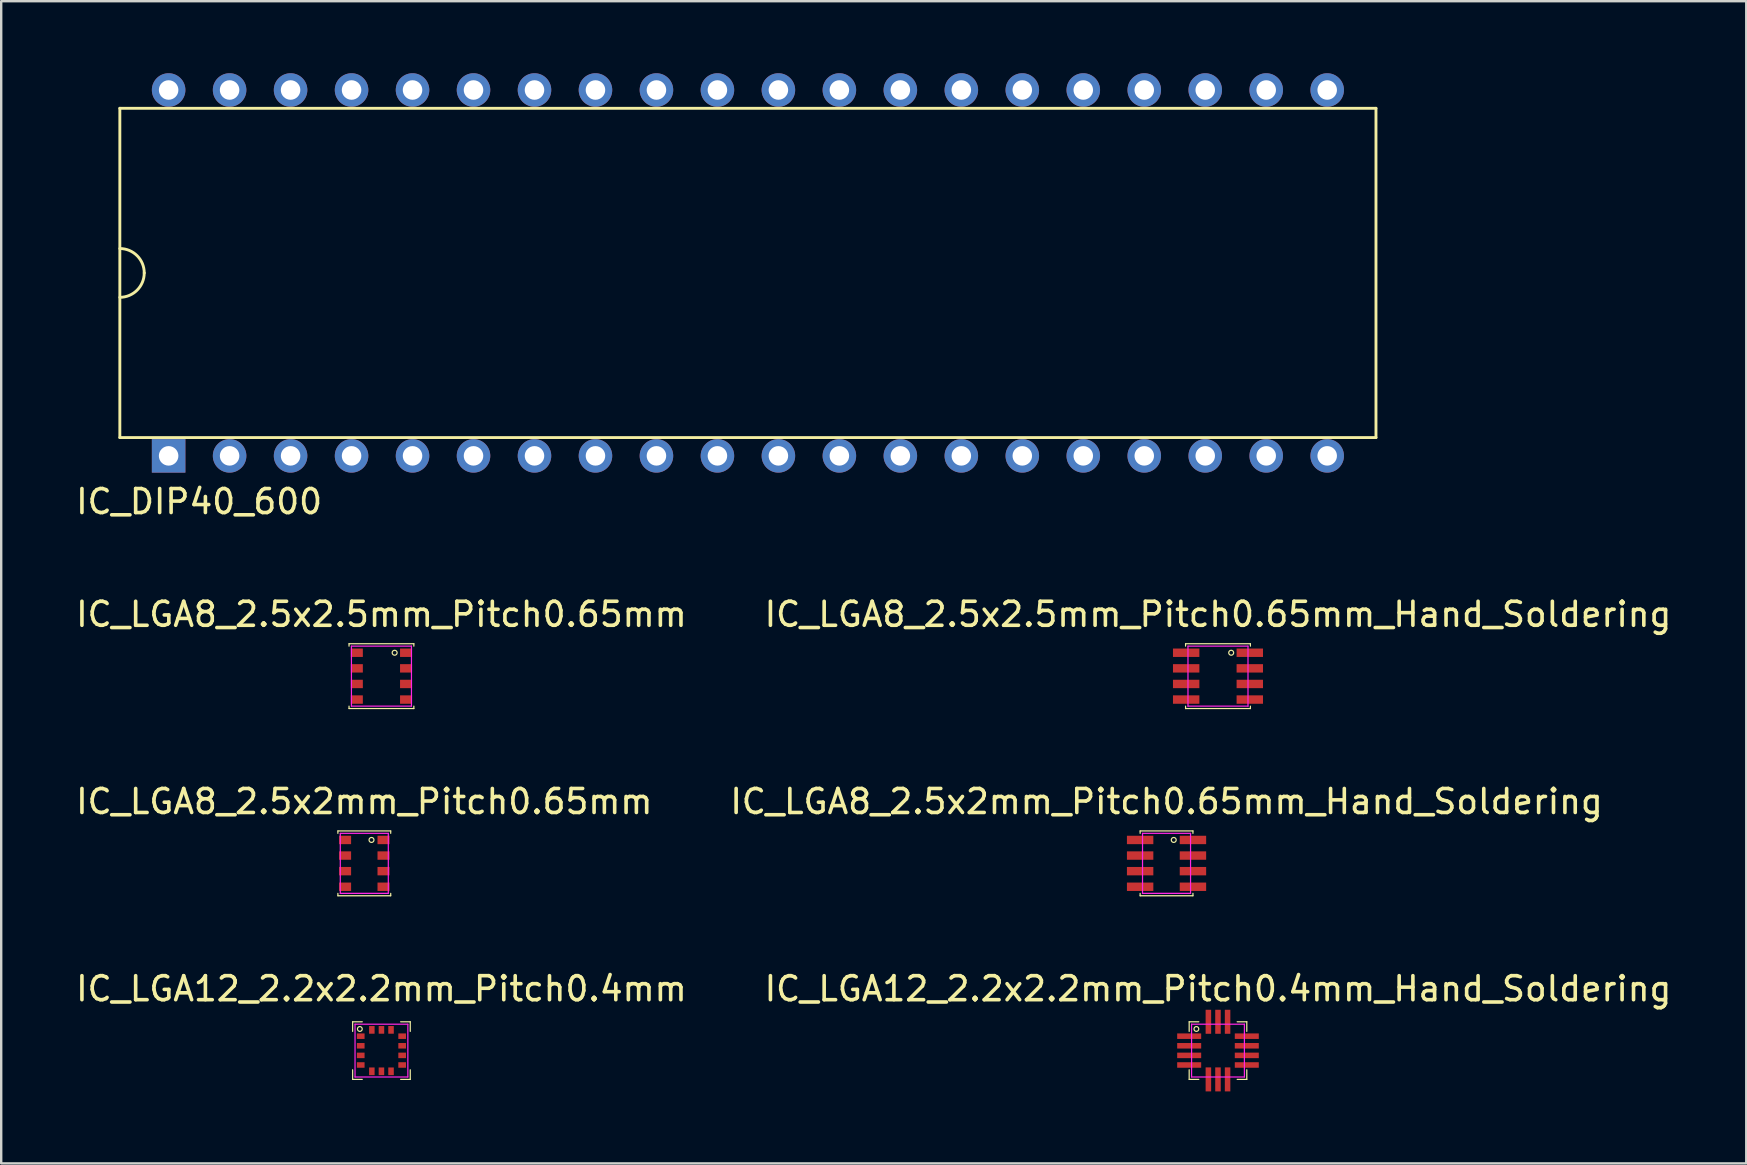
<source format=kicad_pcb>
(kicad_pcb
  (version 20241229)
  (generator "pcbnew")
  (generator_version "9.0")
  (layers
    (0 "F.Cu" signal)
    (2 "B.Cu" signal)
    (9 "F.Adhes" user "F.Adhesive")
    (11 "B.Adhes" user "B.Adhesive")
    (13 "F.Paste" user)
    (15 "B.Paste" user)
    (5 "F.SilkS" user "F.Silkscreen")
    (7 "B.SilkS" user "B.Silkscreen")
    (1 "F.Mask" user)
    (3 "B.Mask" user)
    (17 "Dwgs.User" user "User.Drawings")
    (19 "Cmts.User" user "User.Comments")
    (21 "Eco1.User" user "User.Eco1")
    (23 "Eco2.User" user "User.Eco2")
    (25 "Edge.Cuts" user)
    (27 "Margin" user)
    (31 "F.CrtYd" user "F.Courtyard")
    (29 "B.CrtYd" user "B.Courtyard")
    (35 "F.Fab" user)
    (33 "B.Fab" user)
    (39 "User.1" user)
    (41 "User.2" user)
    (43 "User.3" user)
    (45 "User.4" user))
  (footprint "IC_LGA12_2.2x2.2mm_Pitch0.4mm_Hand_Soldering"
    (layer "F.Cu")
    (at 47.685 40.712)
    (property "Reference" "IC_LGA12_2.2x2.2mm_Pitch0.4mm_Hand_Soldering" (at 0 -2.575 0) (layer "F.SilkS") (effects (font (size 1 1) (thickness 0.15))))
    (attr smd)
    (fp_line (start -1.2 -1.2) (end -0.8 -1.2) (stroke (width 0.05) (type solid)) (layer "F.SilkS"))
    (fp_line (start -1.2 -0.8) (end -1.2 -1.2) (stroke (width 0.05) (type solid)) (layer "F.SilkS"))
    (fp_line (start -1.2 0.8) (end -1.2 1.2) (stroke (width 0.05) (type solid)) (layer "F.SilkS"))
    (fp_line (start -1.2 1.2) (end -0.8 1.2) (stroke (width 0.05) (type solid)) (layer "F.SilkS"))
    (fp_line (start 0.8 -1.2) (end 1.2 -1.2) (stroke (width 0.05) (type solid)) (layer "F.SilkS"))
    (fp_line (start 0.8 1.2) (end 1.2 1.2) (stroke (width 0.05) (type solid)) (layer "F.SilkS"))
    (fp_line (start 1.2 -1.2) (end 1.2 -0.8) (stroke (width 0.05) (type solid)) (layer "F.SilkS"))
    (fp_line (start 1.2 1.2) (end 1.2 0.8) (stroke (width 0.05) (type solid)) (layer "F.SilkS"))
    (fp_circle (center -0.9 -0.9) (end -1 -0.9) (stroke (width 0.05) (type solid)) (fill no) (layer "F.SilkS"))
    (fp_line (start -1.1 -1.1) (end 1.1 -1.1) (stroke (width 0.05) (type solid)) (layer "F.CrtYd"))
    (fp_line (start -1.1 1.1) (end -1.1 -1.1) (stroke (width 0.05) (type solid)) (layer "F.CrtYd"))
    (fp_line (start 1.1 -1.1) (end 1.1 1.1) (stroke (width 0.05) (type solid)) (layer "F.CrtYd"))
    (fp_line (start 1.1 1.1) (end -1.1 1.1) (stroke (width 0.05) (type solid)) (layer "F.CrtYd"))
    (pad "1" smd rect (at -1.2 -0.6) (size 1 0.23) (layers "F.Cu" "F.Mask" "F.Paste"))
    (pad "2" smd rect (at -1.2 -0.2) (size 1 0.23) (layers "F.Cu" "F.Mask" "F.Paste"))
    (pad "3" smd rect (at -1.2 0.2) (size 1 0.23) (layers "F.Cu" "F.Mask" "F.Paste"))
    (pad "4" smd rect (at -1.2 0.6) (size 1 0.23) (layers "F.Cu" "F.Mask" "F.Paste"))
    (pad "5" smd rect (at -0.4 1.2) (size 0.23 1) (layers "F.Cu" "F.Mask" "F.Paste"))
    (pad "6" smd rect (at 0 1.2) (size 0.23 1) (layers "F.Cu" "F.Mask" "F.Paste"))
    (pad "7" smd rect (at 0.4 1.2) (size 0.23 1) (layers "F.Cu" "F.Mask" "F.Paste"))
    (pad "8" smd rect (at 1.2 0.6) (size 1 0.23) (layers "F.Cu" "F.Mask" "F.Paste"))
    (pad "9" smd rect (at 1.2 0.2) (size 1 0.23) (layers "F.Cu" "F.Mask" "F.Paste"))
    (pad "10" smd rect (at 1.2 -0.2) (size 1 0.23) (layers "F.Cu" "F.Mask" "F.Paste"))
    (pad "11" smd rect (at 1.2 -0.6) (size 1 0.23) (layers "F.Cu" "F.Mask" "F.Paste"))
    (pad "12" smd rect (at 0.4 -1.2) (size 0.23 1) (layers "F.Cu" "F.Mask" "F.Paste"))
    (pad "13" smd rect (at 0 -1.2) (size 0.23 1) (layers "F.Cu" "F.Mask" "F.Paste"))
    (pad "14" smd rect (at -0.4 -1.2) (size 0.23 1) (layers "F.Cu" "F.Mask" "F.Paste")))
  (footprint "IC_LGA8_2.5x2.5mm_Pitch0.65mm_Hand_Soldering"
    (layer "F.Cu")
    (at 47.685 25.115)
    (property "Reference" "IC_LGA8_2.5x2.5mm_Pitch0.65mm_Hand_Soldering" (at 0 -2.575 0) (layer "F.SilkS") (effects (font (size 1 1) (thickness 0.15))))
    (attr smd)
    (fp_line (start -1.35 -1.35) (end -1.35 -1.25) (stroke (width 0.05) (type solid)) (layer "F.SilkS"))
    (fp_line (start -1.35 -1.35) (end 1.35 -1.35) (stroke (width 0.05) (type solid)) (layer "F.SilkS"))
    (fp_line (start -1.35 1.25) (end -1.35 1.35) (stroke (width 0.05) (type solid)) (layer "F.SilkS"))
    (fp_line (start -1.35 1.35) (end 1.35 1.35) (stroke (width 0.05) (type solid)) (layer "F.SilkS"))
    (fp_line (start 1.35 -1.25) (end 1.35 -1.35) (stroke (width 0.05) (type solid)) (layer "F.SilkS"))
    (fp_line (start 1.35 1.25) (end 1.35 1.35) (stroke (width 0.05) (type solid)) (layer "F.SilkS"))
    (fp_circle (center 0.55 -0.975) (end 0.45 -0.95) (stroke (width 0.05) (type solid)) (fill no) (layer "F.SilkS"))
    (fp_line (start -1.25 -1.25) (end -1.25 1.25) (stroke (width 0.05) (type solid)) (layer "F.CrtYd"))
    (fp_line (start -1.25 1.25) (end 1.25 1.25) (stroke (width 0.05) (type solid)) (layer "F.CrtYd"))
    (fp_line (start 1.25 -1.25) (end -1.25 -1.25) (stroke (width 0.05) (type solid)) (layer "F.CrtYd"))
    (fp_line (start 1.25 1.25) (end 1.25 -1.25) (stroke (width 0.05) (type solid)) (layer "F.CrtYd"))
    (pad "1" smd rect (at 1.325 -0.975) (size 1.1 0.35) (layers "F.Cu" "F.Mask" "F.Paste"))
    (pad "2" smd rect (at 1.325 -0.325) (size 1.1 0.35) (layers "F.Cu" "F.Mask" "F.Paste"))
    (pad "3" smd rect (at 1.325 0.325) (size 1.1 0.35) (layers "F.Cu" "F.Mask" "F.Paste"))
    (pad "4" smd rect (at 1.325 0.975) (size 1.1 0.35) (layers "F.Cu" "F.Mask" "F.Paste"))
    (pad "5" smd rect (at -1.325 0.975) (size 1.1 0.35) (layers "F.Cu" "F.Mask" "F.Paste"))
    (pad "6" smd rect (at -1.325 0.325) (size 1.1 0.35) (layers "F.Cu" "F.Mask" "F.Paste"))
    (pad "7" smd rect (at -1.325 -0.325) (size 1.1 0.35) (layers "F.Cu" "F.Mask" "F.Paste"))
    (pad "8" smd rect (at -1.325 -0.975) (size 1.1 0.35) (layers "F.Cu" "F.Mask" "F.Paste")))
  (footprint "IC_DIP40_600"
    (layer "F.Cu")
    (at 28.104 8.319)
    (property "Reference" "IC_DIP40_600" (at -22.86 9.525 0) (layer "F.SilkS") (effects (font (size 1 1) (thickness 0.15))))
    (attr through_hole)
    (fp_line (start -26.162 -6.858) (end 26.162 -6.858) (stroke (width 0.12) (type solid)) (layer "F.SilkS"))
    (fp_line (start -26.162 6.858) (end -26.162 -6.858) (stroke (width 0.12) (type solid)) (layer "F.SilkS"))
    (fp_line (start 26.162 -6.858) (end 26.162 6.858) (stroke (width 0.12) (type solid)) (layer "F.SilkS"))
    (fp_line (start 26.162 6.858) (end -26.162 6.858) (stroke (width 0.12) (type solid)) (layer "F.SilkS"))
    (fp_arc (start -26.162 -1.016) (mid -25.44358 -0.71842) (end -25.146 0) (stroke (width 0.12) (type solid)) (layer "F.SilkS"))
    (fp_arc (start -25.146 0) (mid -25.44358 0.71842) (end -26.162 1.016) (stroke (width 0.12) (type solid)) (layer "F.SilkS"))
    (pad "1" thru_hole rect (at -24.13 7.62) (size 1.397 1.397) (drill 0.813) (layers "*.Cu" "*.Mask"))
    (pad "2" thru_hole circle (at -21.59 7.62) (size 1.397 1.397) (drill 0.813) (layers "*.Cu" "*.Mask"))
    (pad "3" thru_hole circle (at -19.05 7.62) (size 1.397 1.397) (drill 0.813) (layers "*.Cu" "*.Mask"))
    (pad "4" thru_hole circle (at -16.51 7.62) (size 1.397 1.397) (drill 0.813) (layers "*.Cu" "*.Mask"))
    (pad "5" thru_hole circle (at -13.97 7.62) (size 1.397 1.397) (drill 0.813) (layers "*.Cu" "*.Mask"))
    (pad "6" thru_hole circle (at -11.43 7.62) (size 1.397 1.397) (drill 0.813) (layers "*.Cu" "*.Mask"))
    (pad "7" thru_hole circle (at -8.89 7.62) (size 1.397 1.397) (drill 0.813) (layers "*.Cu" "*.Mask"))
    (pad "8" thru_hole circle (at -6.35 7.62) (size 1.397 1.397) (drill 0.813) (layers "*.Cu" "*.Mask"))
    (pad "9" thru_hole circle (at -3.81 7.62) (size 1.397 1.397) (drill 0.813) (layers "*.Cu" "*.Mask"))
    (pad "10" thru_hole circle (at -1.27 7.62) (size 1.397 1.397) (drill 0.813) (layers "*.Cu" "*.Mask"))
    (pad "11" thru_hole circle (at 1.27 7.62) (size 1.397 1.397) (drill 0.813) (layers "*.Cu" "*.Mask"))
    (pad "12" thru_hole circle (at 3.81 7.62) (size 1.397 1.397) (drill 0.813) (layers "*.Cu" "*.Mask"))
    (pad "13" thru_hole circle (at 6.35 7.62) (size 1.397 1.397) (drill 0.813) (layers "*.Cu" "*.Mask"))
    (pad "14" thru_hole circle (at 8.89 7.62) (size 1.397 1.397) (drill 0.813) (layers "*.Cu" "*.Mask"))
    (pad "15" thru_hole circle (at 11.43 7.62) (size 1.397 1.397) (drill 0.813) (layers "*.Cu" "*.Mask"))
    (pad "16" thru_hole circle (at 13.97 7.62) (size 1.397 1.397) (drill 0.813) (layers "*.Cu" "*.Mask"))
    (pad "17" thru_hole circle (at 16.51 7.62) (size 1.397 1.397) (drill 0.813) (layers "*.Cu" "*.Mask"))
    (pad "18" thru_hole circle (at 19.05 7.62) (size 1.397 1.397) (drill 0.813) (layers "*.Cu" "*.Mask"))
    (pad "19" thru_hole circle (at 21.59 7.62) (size 1.397 1.397) (drill 0.813) (layers "*.Cu" "*.Mask"))
    (pad "20" thru_hole circle (at 24.13 7.62) (size 1.397 1.397) (drill 0.813) (layers "*.Cu" "*.Mask"))
    (pad "21" thru_hole circle (at 24.13 -7.62) (size 1.397 1.397) (drill 0.813) (layers "*.Cu" "*.Mask"))
    (pad "22" thru_hole circle (at 21.59 -7.62) (size 1.397 1.397) (drill 0.813) (layers "*.Cu" "*.Mask"))
    (pad "23" thru_hole circle (at 19.05 -7.62) (size 1.397 1.397) (drill 0.813) (layers "*.Cu" "*.Mask"))
    (pad "24" thru_hole circle (at 16.51 -7.62) (size 1.397 1.397) (drill 0.813) (layers "*.Cu" "*.Mask"))
    (pad "25" thru_hole circle (at 13.97 -7.62) (size 1.397 1.397) (drill 0.813) (layers "*.Cu" "*.Mask"))
    (pad "26" thru_hole circle (at 11.43 -7.62) (size 1.397 1.397) (drill 0.813) (layers "*.Cu" "*.Mask"))
    (pad "27" thru_hole circle (at 8.89 -7.62) (size 1.397 1.397) (drill 0.813) (layers "*.Cu" "*.Mask"))
    (pad "28" thru_hole circle (at 6.35 -7.62) (size 1.397 1.397) (drill 0.813) (layers "*.Cu" "*.Mask"))
    (pad "29" thru_hole circle (at 3.81 -7.62) (size 1.397 1.397) (drill 0.813) (layers "*.Cu" "*.Mask"))
    (pad "30" thru_hole circle (at 1.27 -7.62) (size 1.397 1.397) (drill 0.813) (layers "*.Cu" "*.Mask"))
    (pad "31" thru_hole circle (at -1.27 -7.62) (size 1.397 1.397) (drill 0.813) (layers "*.Cu" "*.Mask"))
    (pad "32" thru_hole circle (at -3.81 -7.62) (size 1.397 1.397) (drill 0.813) (layers "*.Cu" "*.Mask"))
    (pad "33" thru_hole circle (at -6.35 -7.62) (size 1.397 1.397) (drill 0.813) (layers "*.Cu" "*.Mask"))
    (pad "34" thru_hole circle (at -8.89 -7.62) (size 1.397 1.397) (drill 0.813) (layers "*.Cu" "*.Mask"))
    (pad "35" thru_hole circle (at -11.43 -7.62) (size 1.397 1.397) (drill 0.813) (layers "*.Cu" "*.Mask"))
    (pad "36" thru_hole circle (at -13.97 -7.62) (size 1.397 1.397) (drill 0.813) (layers "*.Cu" "*.Mask"))
    (pad "37" thru_hole circle (at -16.51 -7.62) (size 1.397 1.397) (drill 0.813) (layers "*.Cu" "*.Mask"))
    (pad "38" thru_hole circle (at -19.05 -7.62) (size 1.397 1.397) (drill 0.813) (layers "*.Cu" "*.Mask"))
    (pad "39" thru_hole circle (at -21.59 -7.62) (size 1.397 1.397) (drill 0.813) (layers "*.Cu" "*.Mask"))
    (pad "40" thru_hole circle (at -24.13 -7.62) (size 1.397 1.397) (drill 0.813) (layers "*.Cu" "*.Mask")))
  (footprint "IC_LGA8_2.5x2.5mm_Pitch0.65mm"
    (layer "F.Cu")
    (at 12.839 25.115)
    (property "Reference" "IC_LGA8_2.5x2.5mm_Pitch0.65mm" (at 0 -2.575 0) (layer "F.SilkS") (effects (font (size 1 1) (thickness 0.15))))
    (attr smd)
    (fp_line (start -1.35 -1.35) (end -1.35 -1.25) (stroke (width 0.05) (type solid)) (layer "F.SilkS"))
    (fp_line (start -1.35 -1.35) (end 1.35 -1.35) (stroke (width 0.05) (type solid)) (layer "F.SilkS"))
    (fp_line (start -1.35 1.25) (end -1.35 1.35) (stroke (width 0.05) (type solid)) (layer "F.SilkS"))
    (fp_line (start -1.35 1.35) (end 1.35 1.35) (stroke (width 0.05) (type solid)) (layer "F.SilkS"))
    (fp_line (start 1.35 -1.25) (end 1.35 -1.35) (stroke (width 0.05) (type solid)) (layer "F.SilkS"))
    (fp_line (start 1.35 1.25) (end 1.35 1.35) (stroke (width 0.05) (type solid)) (layer "F.SilkS"))
    (fp_circle (center 0.55 -0.975) (end 0.45 -0.95) (stroke (width 0.05) (type solid)) (fill no) (layer "F.SilkS"))
    (fp_line (start -1.25 -1.25) (end -1.25 1.25) (stroke (width 0.05) (type solid)) (layer "F.CrtYd"))
    (fp_line (start -1.25 1.25) (end 1.25 1.25) (stroke (width 0.05) (type solid)) (layer "F.CrtYd"))
    (fp_line (start 1.25 -1.25) (end -1.25 -1.25) (stroke (width 0.05) (type solid)) (layer "F.CrtYd"))
    (fp_line (start 1.25 1.25) (end 1.25 -1.25) (stroke (width 0.05) (type solid)) (layer "F.CrtYd"))
    (pad "1" smd rect (at 1.025 -0.975) (size 0.5 0.35) (layers "F.Cu" "F.Mask" "F.Paste"))
    (pad "2" smd rect (at 1.025 -0.325) (size 0.5 0.35) (layers "F.Cu" "F.Mask" "F.Paste"))
    (pad "3" smd rect (at 1.025 0.325) (size 0.5 0.35) (layers "F.Cu" "F.Mask" "F.Paste"))
    (pad "4" smd rect (at 1.025 0.975) (size 0.5 0.35) (layers "F.Cu" "F.Mask" "F.Paste"))
    (pad "5" smd rect (at -1.025 0.975) (size 0.5 0.35) (layers "F.Cu" "F.Mask" "F.Paste"))
    (pad "6" smd rect (at -1.025 0.325) (size 0.5 0.35) (layers "F.Cu" "F.Mask" "F.Paste"))
    (pad "7" smd rect (at -1.025 -0.325) (size 0.5 0.35) (layers "F.Cu" "F.Mask" "F.Paste"))
    (pad "8" smd rect (at -1.025 -0.975) (size 0.5 0.35) (layers "F.Cu" "F.Mask" "F.Paste")))
  (footprint "IC_LGA8_2.5x2mm_Pitch0.65mm"
    (layer "F.Cu")
    (at 12.125 32.913)
    (property "Reference" "IC_LGA8_2.5x2mm_Pitch0.65mm" (at 0 -2.575 0) (layer "F.SilkS") (effects (font (size 1 1) (thickness 0.15))))
    (attr smd)
    (fp_line (start -1.1 -1.35) (end -1.1 -1.25) (stroke (width 0.05) (type solid)) (layer "F.SilkS"))
    (fp_line (start -1.1 -1.35) (end 1.1 -1.35) (stroke (width 0.05) (type solid)) (layer "F.SilkS"))
    (fp_line (start -1.1 1.25) (end -1.1 1.35) (stroke (width 0.05) (type solid)) (layer "F.SilkS"))
    (fp_line (start -1.1 1.35) (end 1.1 1.35) (stroke (width 0.05) (type solid)) (layer "F.SilkS"))
    (fp_line (start 1.1 -1.25) (end 1.1 -1.35) (stroke (width 0.05) (type solid)) (layer "F.SilkS"))
    (fp_line (start 1.1 1.25) (end 1.1 1.35) (stroke (width 0.05) (type solid)) (layer "F.SilkS"))
    (fp_circle (center 0.3 -0.975) (end 0.2 -0.95) (stroke (width 0.05) (type solid)) (fill no) (layer "F.SilkS"))
    (fp_line (start -1 -1.25) (end -1 1.25) (stroke (width 0.05) (type solid)) (layer "F.CrtYd"))
    (fp_line (start -1 1.25) (end 1 1.25) (stroke (width 0.05) (type solid)) (layer "F.CrtYd"))
    (fp_line (start 1 -1.25) (end -1 -1.25) (stroke (width 0.05) (type solid)) (layer "F.CrtYd"))
    (fp_line (start 1 1.25) (end 1 -1.25) (stroke (width 0.05) (type solid)) (layer "F.CrtYd"))
    (pad "1" smd rect (at 0.8 -0.975) (size 0.5 0.35) (layers "F.Cu" "F.Mask" "F.Paste"))
    (pad "2" smd rect (at 0.8 -0.325) (size 0.5 0.35) (layers "F.Cu" "F.Mask" "F.Paste"))
    (pad "3" smd rect (at 0.8 0.325) (size 0.5 0.35) (layers "F.Cu" "F.Mask" "F.Paste"))
    (pad "4" smd rect (at 0.8 0.975) (size 0.5 0.35) (layers "F.Cu" "F.Mask" "F.Paste"))
    (pad "5" smd rect (at -0.8 0.975) (size 0.5 0.35) (layers "F.Cu" "F.Mask" "F.Paste"))
    (pad "6" smd rect (at -0.8 0.325) (size 0.5 0.35) (layers "F.Cu" "F.Mask" "F.Paste"))
    (pad "7" smd rect (at -0.8 -0.325) (size 0.5 0.35) (layers "F.Cu" "F.Mask" "F.Paste"))
    (pad "8" smd rect (at -0.8 -0.975) (size 0.5 0.35) (layers "F.Cu" "F.Mask" "F.Paste")))
  (footprint "IC_LGA8_2.5x2mm_Pitch0.65mm_Hand_Soldering"
    (layer "F.Cu")
    (at 45.542 32.913)
    (property "Reference" "IC_LGA8_2.5x2mm_Pitch0.65mm_Hand_Soldering" (at 0 -2.575 0) (layer "F.SilkS") (effects (font (size 1 1) (thickness 0.15))))
    (attr smd)
    (fp_line (start -1.1 -1.35) (end -1.1 -1.25) (stroke (width 0.05) (type solid)) (layer "F.SilkS"))
    (fp_line (start -1.1 -1.35) (end 1.1 -1.35) (stroke (width 0.05) (type solid)) (layer "F.SilkS"))
    (fp_line (start -1.1 1.25) (end -1.1 1.35) (stroke (width 0.05) (type solid)) (layer "F.SilkS"))
    (fp_line (start -1.1 1.35) (end 1.1 1.35) (stroke (width 0.05) (type solid)) (layer "F.SilkS"))
    (fp_line (start 1.1 -1.25) (end 1.1 -1.35) (stroke (width 0.05) (type solid)) (layer "F.SilkS"))
    (fp_line (start 1.1 1.25) (end 1.1 1.35) (stroke (width 0.05) (type solid)) (layer "F.SilkS"))
    (fp_circle (center 0.3 -0.975) (end 0.2 -0.95) (stroke (width 0.05) (type solid)) (fill no) (layer "F.SilkS"))
    (fp_line (start -1 -1.25) (end -1 1.25) (stroke (width 0.05) (type solid)) (layer "F.CrtYd"))
    (fp_line (start -1 1.25) (end 1 1.25) (stroke (width 0.05) (type solid)) (layer "F.CrtYd"))
    (fp_line (start 1 -1.25) (end -1 -1.25) (stroke (width 0.05) (type solid)) (layer "F.CrtYd"))
    (fp_line (start 1 1.25) (end 1 -1.25) (stroke (width 0.05) (type solid)) (layer "F.CrtYd"))
    (pad "1" smd rect (at 1.1 -0.975) (size 1.1 0.35) (layers "F.Cu" "F.Mask" "F.Paste"))
    (pad "2" smd rect (at 1.1 -0.325) (size 1.1 0.35) (layers "F.Cu" "F.Mask" "F.Paste"))
    (pad "3" smd rect (at 1.1 0.325) (size 1.1 0.35) (layers "F.Cu" "F.Mask" "F.Paste"))
    (pad "4" smd rect (at 1.1 0.975) (size 1.1 0.35) (layers "F.Cu" "F.Mask" "F.Paste"))
    (pad "5" smd rect (at -1.1 0.975) (size 1.1 0.35) (layers "F.Cu" "F.Mask" "F.Paste"))
    (pad "6" smd rect (at -1.1 0.325) (size 1.1 0.35) (layers "F.Cu" "F.Mask" "F.Paste"))
    (pad "7" smd rect (at -1.1 -0.325) (size 1.1 0.35) (layers "F.Cu" "F.Mask" "F.Paste"))
    (pad "8" smd rect (at -1.1 -0.975) (size 1.1 0.35) (layers "F.Cu" "F.Mask" "F.Paste")))
  (footprint "IC_LGA12_2.2x2.2mm_Pitch0.4mm"
    (layer "F.Cu")
    (at 12.839 40.712)
    (property "Reference" "IC_LGA12_2.2x2.2mm_Pitch0.4mm" (at 0 -2.575 0) (layer "F.SilkS") (effects (font (size 1 1) (thickness 0.15))))
    (attr smd)
    (fp_line (start -1.2 -1.2) (end -0.8 -1.2) (stroke (width 0.05) (type solid)) (layer "F.SilkS"))
    (fp_line (start -1.2 -0.8) (end -1.2 -1.2) (stroke (width 0.05) (type solid)) (layer "F.SilkS"))
    (fp_line (start -1.2 0.8) (end -1.2 1.2) (stroke (width 0.05) (type solid)) (layer "F.SilkS"))
    (fp_line (start -1.2 1.2) (end -0.8 1.2) (stroke (width 0.05) (type solid)) (layer "F.SilkS"))
    (fp_line (start 0.8 -1.2) (end 1.2 -1.2) (stroke (width 0.05) (type solid)) (layer "F.SilkS"))
    (fp_line (start 0.8 1.2) (end 1.2 1.2) (stroke (width 0.05) (type solid)) (layer "F.SilkS"))
    (fp_line (start 1.2 -1.2) (end 1.2 -0.8) (stroke (width 0.05) (type solid)) (layer "F.SilkS"))
    (fp_line (start 1.2 1.2) (end 1.2 0.8) (stroke (width 0.05) (type solid)) (layer "F.SilkS"))
    (fp_circle (center -0.9 -0.9) (end -1 -0.9) (stroke (width 0.05) (type solid)) (fill no) (layer "F.SilkS"))
    (fp_line (start -1.1 -1.1) (end 1.1 -1.1) (stroke (width 0.05) (type solid)) (layer "F.CrtYd"))
    (fp_line (start -1.1 1.1) (end -1.1 -1.1) (stroke (width 0.05) (type solid)) (layer "F.CrtYd"))
    (fp_line (start 1.1 -1.1) (end 1.1 1.1) (stroke (width 0.05) (type solid)) (layer "F.CrtYd"))
    (fp_line (start 1.1 1.1) (end -1.1 1.1) (stroke (width 0.05) (type solid)) (layer "F.CrtYd"))
    (pad "1" smd rect (at -0.863 -0.6) (size 0.32 0.23) (layers "F.Cu" "F.Mask" "F.Paste"))
    (pad "2" smd rect (at -0.863 -0.2) (size 0.32 0.23) (layers "F.Cu" "F.Mask" "F.Paste"))
    (pad "3" smd rect (at -0.863 0.2) (size 0.32 0.23) (layers "F.Cu" "F.Mask" "F.Paste"))
    (pad "4" smd rect (at -0.863 0.6) (size 0.32 0.23) (layers "F.Cu" "F.Mask" "F.Paste"))
    (pad "5" smd rect (at -0.4 0.863) (size 0.23 0.32) (layers "F.Cu" "F.Mask" "F.Paste"))
    (pad "6" smd rect (at 0 0.863) (size 0.23 0.32) (layers "F.Cu" "F.Mask" "F.Paste"))
    (pad "7" smd rect (at 0.4 0.863) (size 0.23 0.32) (layers "F.Cu" "F.Mask" "F.Paste"))
    (pad "8" smd rect (at 0.863 0.6) (size 0.32 0.23) (layers "F.Cu" "F.Mask" "F.Paste"))
    (pad "9" smd rect (at 0.863 0.2) (size 0.32 0.23) (layers "F.Cu" "F.Mask" "F.Paste"))
    (pad "10" smd rect (at 0.863 -0.2) (size 0.32 0.23) (layers "F.Cu" "F.Mask" "F.Paste"))
    (pad "11" smd rect (at 0.863 -0.6) (size 0.32 0.23) (layers "F.Cu" "F.Mask" "F.Paste"))
    (pad "12" smd rect (at 0.4 -0.863) (size 0.23 0.32) (layers "F.Cu" "F.Mask" "F.Paste"))
    (pad "13" smd rect (at 0 -0.863) (size 0.23 0.32) (layers "F.Cu" "F.Mask" "F.Paste"))
    (pad "14" smd rect (at -0.4 -0.863) (size 0.23 0.32) (layers "F.Cu" "F.Mask" "F.Paste")))
  (gr_rect
    (start -3 -3)
    (end 69.69 45.411)
    (stroke (width 0.1) (type default))
    (fill no)
    (layer "Edge.Cuts")))
</source>
